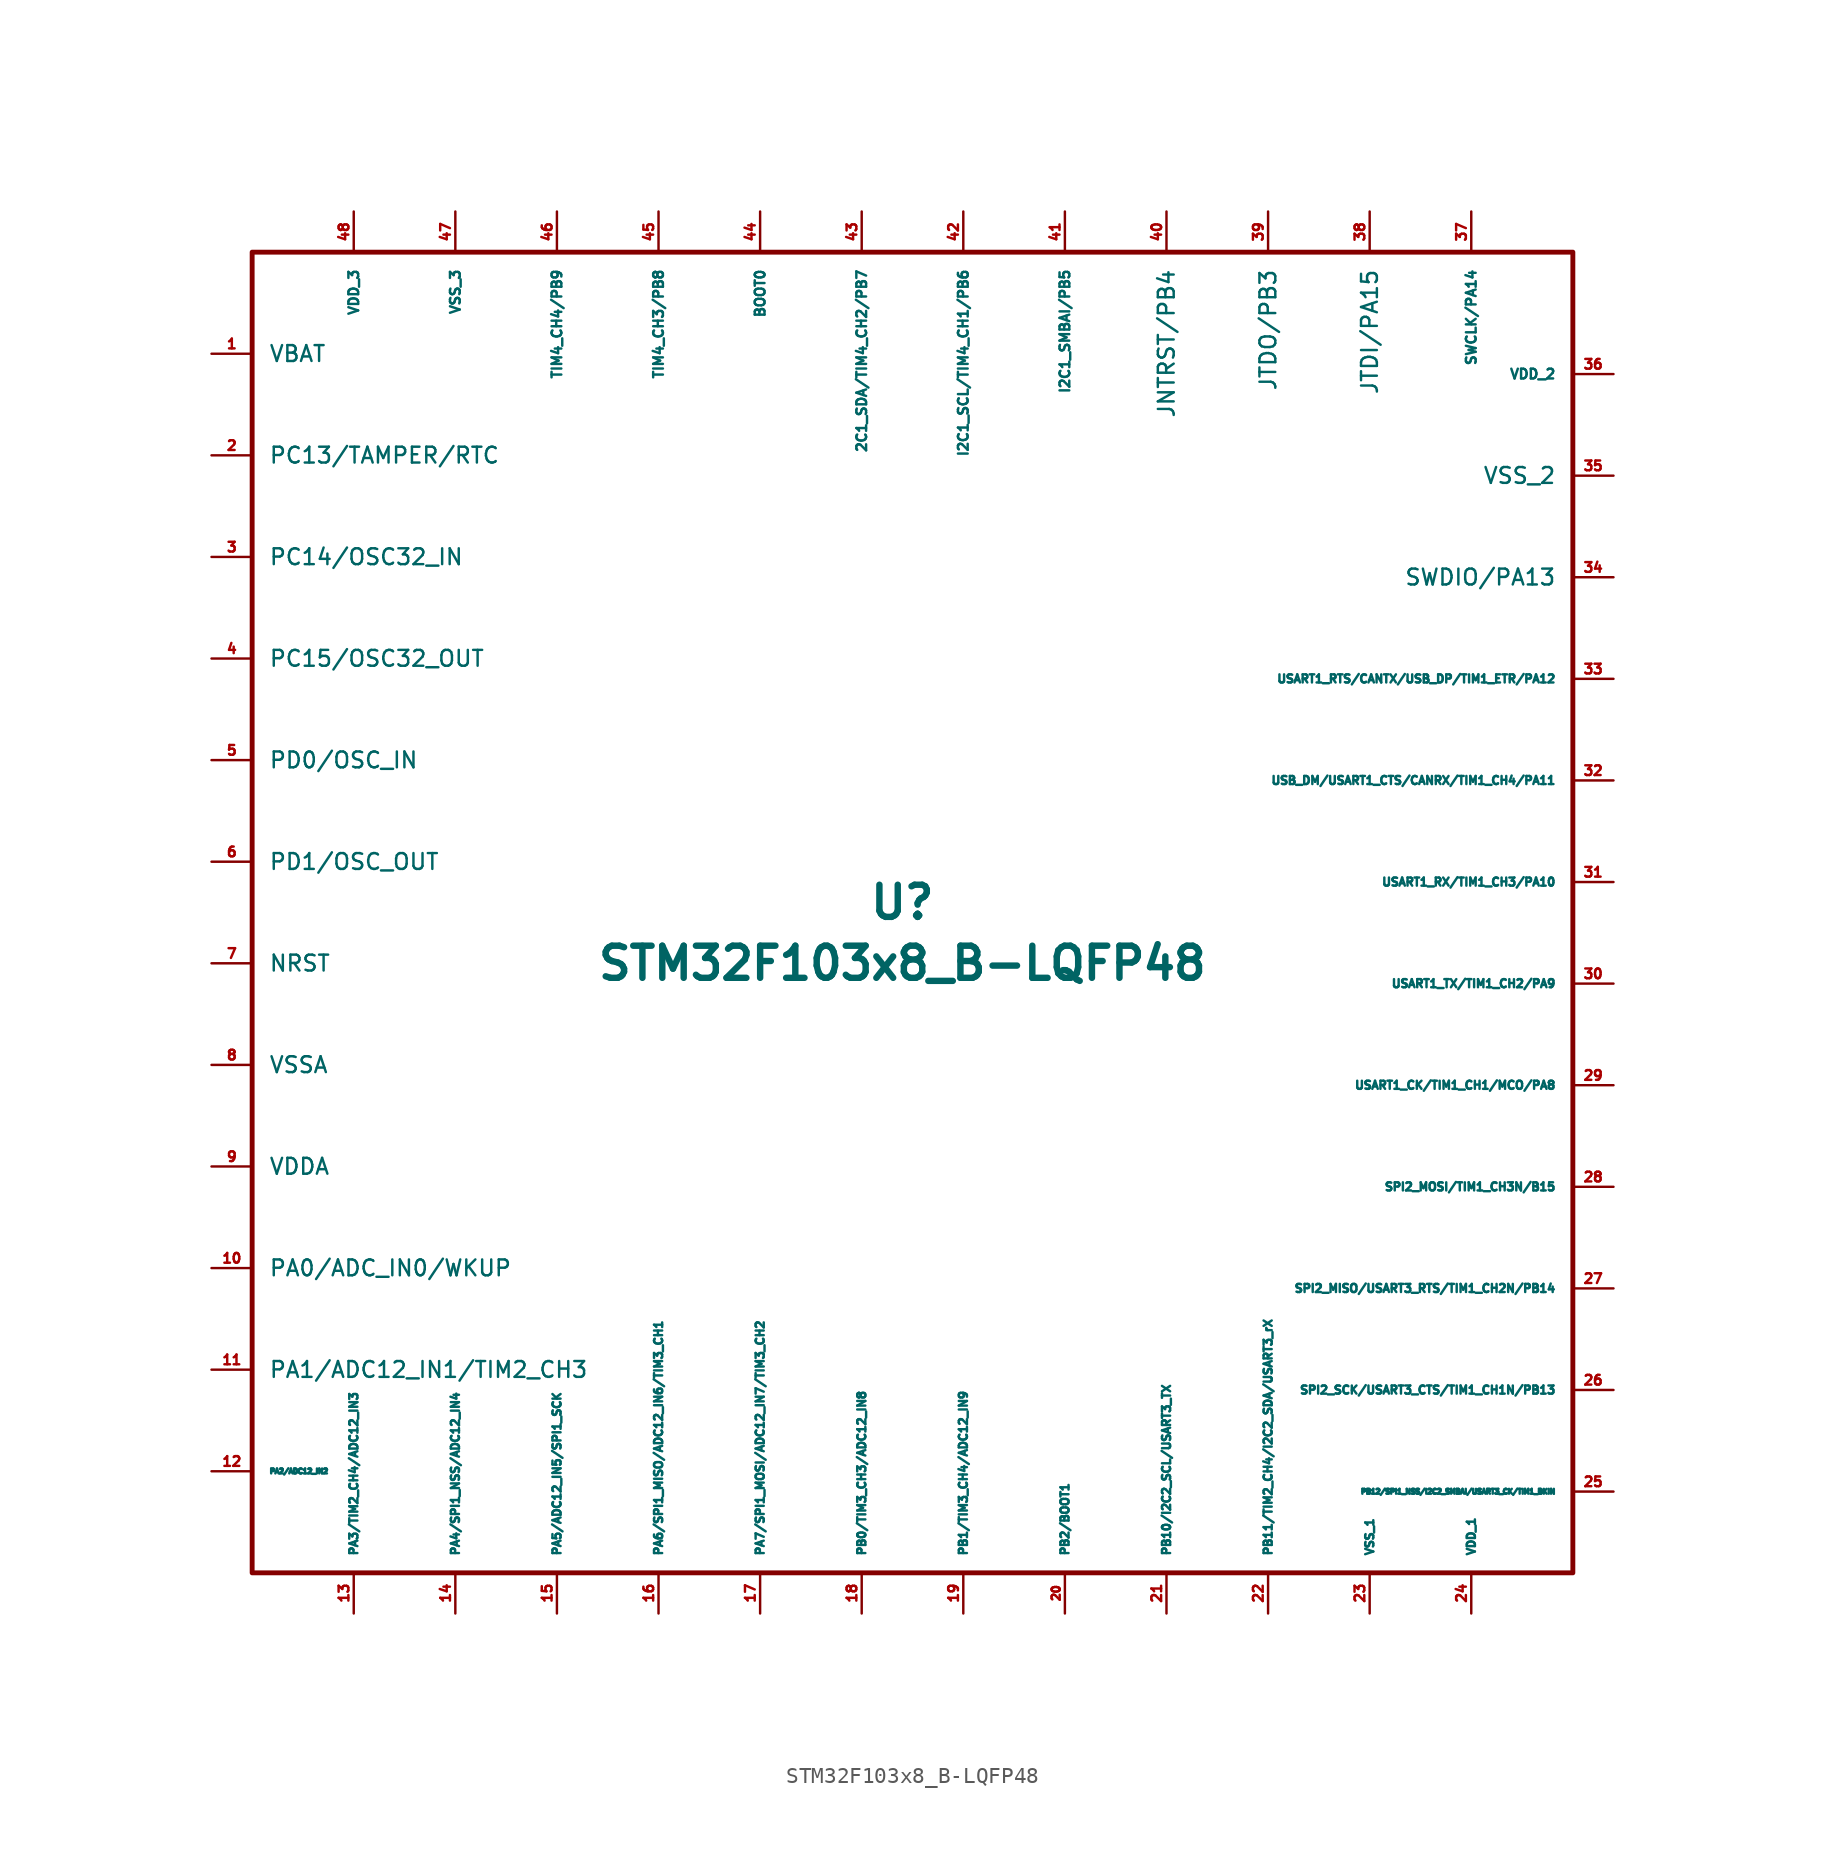
<source format=kicad_sym>
(kicad_symbol_lib
  (version 20211014)
  (generator kicad_symbol_editor)
  (symbol "acheron_Symbols:STM32F103x8_B-LQFP48"
    (pin_names
      (offset 1.016))
    (property "Reference" "U"
      (at 0 1.27 0)
      (effects (font (size 2.007 2.007) bold)))
    (property "Value" "STM32F103x8_B-LQFP48"
      (at 0 -2.54 0)
      (effects (font (size 2.007 2.007) bold)))
    (symbol "STM32F103x8_B-LQFP48_0_1"
      (rectangle (start 41.91 41.91) (end -40.64 -40.64) (stroke (width 0.305) (type default) (color 0 0 0 0)) (fill (type none))))
    (symbol "STM32F103x8_B-LQFP48_1_1"
      (pin power_in line (at -43.18 35.56 0) (length 2.54) (name "VBAT" (effects (font (size 0.991 0.991)))) (number "1" (effects (font (size 0.61 0.61)))))
      (pin bidirectional line (at -43.18 -21.59 0) (length 2.54) (name "PA0/ADC_IN0/WKUP" (effects (font (size 0.991 0.991)))) (number "10" (effects (font (size 0.61 0.61)))))
      (pin bidirectional line (at -43.18 -27.94 0) (length 2.54) (name "PA1/ADC12_IN1/TIM2_CH3" (effects (font (size 0.991 0.991)))) (number "11" (effects (font (size 0.61 0.61)))))
      (pin bidirectional line (at -43.18 -34.29 0) (length 2.54) (name "PA2/ADC12_IN2" (effects (font (size 0.305 0.305)))) (number "12" (effects (font (size 0.61 0.61)))))
      (pin bidirectional line (at -34.29 -43.18 90) (length 2.54) (name "PA3/TIM2_CH4/ADC12_IN3" (effects (font (size 0.508 0.508)))) (number "13" (effects (font (size 0.61 0.61)))))
      (pin bidirectional line (at -27.94 -43.18 90) (length 2.54) (name "PA4/SPI1_NSS/ADC12_IN4" (effects (font (size 0.508 0.508)))) (number "14" (effects (font (size 0.61 0.61)))))
      (pin bidirectional line (at -21.59 -43.18 90) (length 2.54) (name "PA5/ADC12_IN5/SPI1_SCK" (effects (font (size 0.508 0.508)))) (number "15" (effects (font (size 0.61 0.61)))))
      (pin bidirectional line (at -15.24 -43.18 90) (length 2.54) (name "PA6/SPI1_MISO/ADC12_IN6/TIM3_CH1" (effects (font (size 0.508 0.508)))) (number "16" (effects (font (size 0.61 0.61)))))
      (pin bidirectional line (at -8.89 -43.18 90) (length 2.54) (name "PA7/SPI1_MOSI/ADC12_IN7/TIM3_CH2" (effects (font (size 0.508 0.508)))) (number "17" (effects (font (size 0.61 0.61)))))
      (pin bidirectional line (at -2.54 -43.18 90) (length 2.54) (name "PB0/TIM3_CH3/ADC12_IN8" (effects (font (size 0.508 0.508)))) (number "18" (effects (font (size 0.61 0.61)))))
      (pin bidirectional line (at 3.81 -43.18 90) (length 2.54) (name "PB1/TIM3_CH4/ADC12_IN9" (effects (font (size 0.508 0.508)))) (number "19" (effects (font (size 0.61 0.61)))))
      (pin bidirectional line (at -43.18 29.21 0) (length 2.54) (name "PC13/TAMPER/RTC" (effects (font (size 0.991 0.991)))) (number "2" (effects (font (size 0.61 0.61)))))
      (pin bidirectional line (at 10.16 -43.18 90) (length 2.54) (name "PB2/BOOT1" (effects (font (size 0.508 0.508)))) (number "20" (effects (font (size 0.508 0.508)))))
      (pin bidirectional line (at 16.51 -43.18 90) (length 2.54) (name "PB10/I2C2_SCL/USART3_TX" (effects (font (size 0.508 0.508)))) (number "21" (effects (font (size 0.61 0.61)))))
      (pin bidirectional line (at 22.86 -43.18 90) (length 2.54) (name "PB11/TIM2_CH4/I2C2_SDA/USART3_rX" (effects (font (size 0.508 0.508)))) (number "22" (effects (font (size 0.61 0.61)))))
      (pin power_in line (at 29.21 -43.18 90) (length 2.54) (name "VSS_1" (effects (font (size 0.508 0.508)))) (number "23" (effects (font (size 0.61 0.61)))))
      (pin power_in line (at 35.56 -43.18 90) (length 2.54) (name "VDD_1" (effects (font (size 0.508 0.508)))) (number "24" (effects (font (size 0.61 0.61)))))
      (pin bidirectional line (at 44.45 -35.56 180) (length 2.54) (name "PB12/SPI1_NSS/I2C2_SMBAI/USART3_CK/TIM1_BKIN" (effects (font (size 0.305 0.305)))) (number "25" (effects (font (size 0.61 0.61)))))
      (pin bidirectional line (at 44.45 -29.21 180) (length 2.54) (name "SPI2_SCK/USART3_CTS/TIM1_CH1N/PB13" (effects (font (size 0.508 0.508)))) (number "26" (effects (font (size 0.61 0.61)))))
      (pin bidirectional line (at 44.45 -22.86 180) (length 2.54) (name "SPI2_MISO/USART3_RTS/TIM1_CH2N/PB14" (effects (font (size 0.508 0.508)))) (number "27" (effects (font (size 0.61 0.61)))))
      (pin bidirectional line (at 44.45 -16.51 180) (length 2.54) (name "SPI2_MOSI/TIM1_CH3N/B15" (effects (font (size 0.508 0.508)))) (number "28" (effects (font (size 0.61 0.61)))))
      (pin bidirectional line (at 44.45 -10.16 180) (length 2.54) (name "USART1_CK/TIM1_CH1/MCO/PA8" (effects (font (size 0.508 0.508)))) (number "29" (effects (font (size 0.61 0.61)))))
      (pin bidirectional line (at -43.18 22.86 0) (length 2.54) (name "PC14/OSC32_IN" (effects (font (size 0.991 0.991)))) (number "3" (effects (font (size 0.61 0.61)))))
      (pin bidirectional line (at 44.45 -3.81 180) (length 2.54) (name "USART1_TX/TIM1_CH2/PA9" (effects (font (size 0.508 0.508)))) (number "30" (effects (font (size 0.61 0.61)))))
      (pin bidirectional line (at 44.45 2.54 180) (length 2.54) (name "USART1_RX/TIM1_CH3/PA10" (effects (font (size 0.508 0.508)))) (number "31" (effects (font (size 0.61 0.61)))))
      (pin bidirectional line (at 44.45 8.89 180) (length 2.54) (name "USB_DM/USART1_CTS/CANRX/TIM1_CH4/PA11" (effects (font (size 0.508 0.508)))) (number "32" (effects (font (size 0.61 0.61)))))
      (pin bidirectional line (at 44.45 15.24 180) (length 2.54) (name "USART1_RTS/CANTX/USB_DP/TIM1_ETR/PA12" (effects (font (size 0.508 0.508)))) (number "33" (effects (font (size 0.61 0.61)))))
      (pin bidirectional line (at 44.45 21.59 180) (length 2.54) (name "SWDIO/PA13" (effects (font (size 0.991 0.991)))) (number "34" (effects (font (size 0.61 0.61)))))
      (pin power_in line (at 44.45 27.94 180) (length 2.54) (name "VSS_2" (effects (font (size 0.991 0.991)))) (number "35" (effects (font (size 0.61 0.61)))))
      (pin power_in line (at 44.45 34.29 180) (length 2.54) (name "VDD_2" (effects (font (size 0.61 0.61)))) (number "36" (effects (font (size 0.61 0.61)))))
      (pin bidirectional line (at 35.56 44.45 270) (length 2.54) (name "SWCLK/PA14" (effects (font (size 0.61 0.61)))) (number "37" (effects (font (size 0.61 0.61)))))
      (pin bidirectional line (at 29.21 44.45 270) (length 2.54) (name "JTDI/PA15" (effects (font (size 0.991 0.991)))) (number "38" (effects (font (size 0.61 0.61)))))
      (pin bidirectional line (at 22.86 44.45 270) (length 2.54) (name "JTDO/PB3" (effects (font (size 0.991 0.991)))) (number "39" (effects (font (size 0.61 0.61)))))
      (pin bidirectional line (at -43.18 16.51 0) (length 2.54) (name "PC15/OSC32_OUT" (effects (font (size 0.991 0.991)))) (number "4" (effects (font (size 0.61 0.61)))))
      (pin bidirectional line (at 16.51 44.45 270) (length 2.54) (name "JNTRST/PB4" (effects (font (size 0.991 0.991)))) (number "40" (effects (font (size 0.61 0.61)))))
      (pin bidirectional line (at 10.16 44.45 270) (length 2.54) (name "I2C1_SMBAI/PB5" (effects (font (size 0.61 0.61)))) (number "41" (effects (font (size 0.61 0.61)))))
      (pin bidirectional line (at 3.81 44.45 270) (length 2.54) (name "I2C1_SCL/TIM4_CH1/PB6" (effects (font (size 0.61 0.61)))) (number "42" (effects (font (size 0.61 0.61)))))
      (pin bidirectional line (at -2.54 44.45 270) (length 2.54) (name "2C1_SDA/TIM4_CH2/PB7" (effects (font (size 0.61 0.61)))) (number "43" (effects (font (size 0.61 0.61)))))
      (pin output line (at -8.89 44.45 270) (length 2.54) (name "BOOT0" (effects (font (size 0.61 0.61)))) (number "44" (effects (font (size 0.61 0.61)))))
      (pin bidirectional line (at -15.24 44.45 270) (length 2.54) (name "TIM4_CH3/PB8" (effects (font (size 0.61 0.61)))) (number "45" (effects (font (size 0.61 0.61)))))
      (pin input line (at -21.59 44.45 270) (length 2.54) (name "TIM4_CH4/PB9" (effects (font (size 0.61 0.61)))) (number "46" (effects (font (size 0.61 0.61)))))
      (pin input line (at -27.94 44.45 270) (length 2.54) (name "VSS_3" (effects (font (size 0.61 0.61)))) (number "47" (effects (font (size 0.61 0.61)))))
      (pin input line (at -34.29 44.45 270) (length 2.54) (name "VDD_3" (effects (font (size 0.61 0.61)))) (number "48" (effects (font (size 0.61 0.61)))))
      (pin bidirectional line (at -43.18 10.16 0) (length 2.54) (name "PD0/OSC_IN" (effects (font (size 0.991 0.991)))) (number "5" (effects (font (size 0.61 0.61)))))
      (pin bidirectional line (at -43.18 3.81 0) (length 2.54) (name "PD1/OSC_OUT" (effects (font (size 0.991 0.991)))) (number "6" (effects (font (size 0.61 0.61)))))
      (pin input line (at -43.18 -2.54 0) (length 2.54) (name "NRST" (effects (font (size 0.991 0.991)))) (number "7" (effects (font (size 0.61 0.61)))))
      (pin power_in line (at -43.18 -8.89 0) (length 2.54) (name "VSSA" (effects (font (size 0.991 0.991)))) (number "8" (effects (font (size 0.61 0.61)))))
      (pin power_in line (at -43.18 -15.24 0) (length 2.54) (name "VDDA" (effects (font (size 0.991 0.991)))) (number "9" (effects (font (size 0.61 0.61))))))))
</source>
